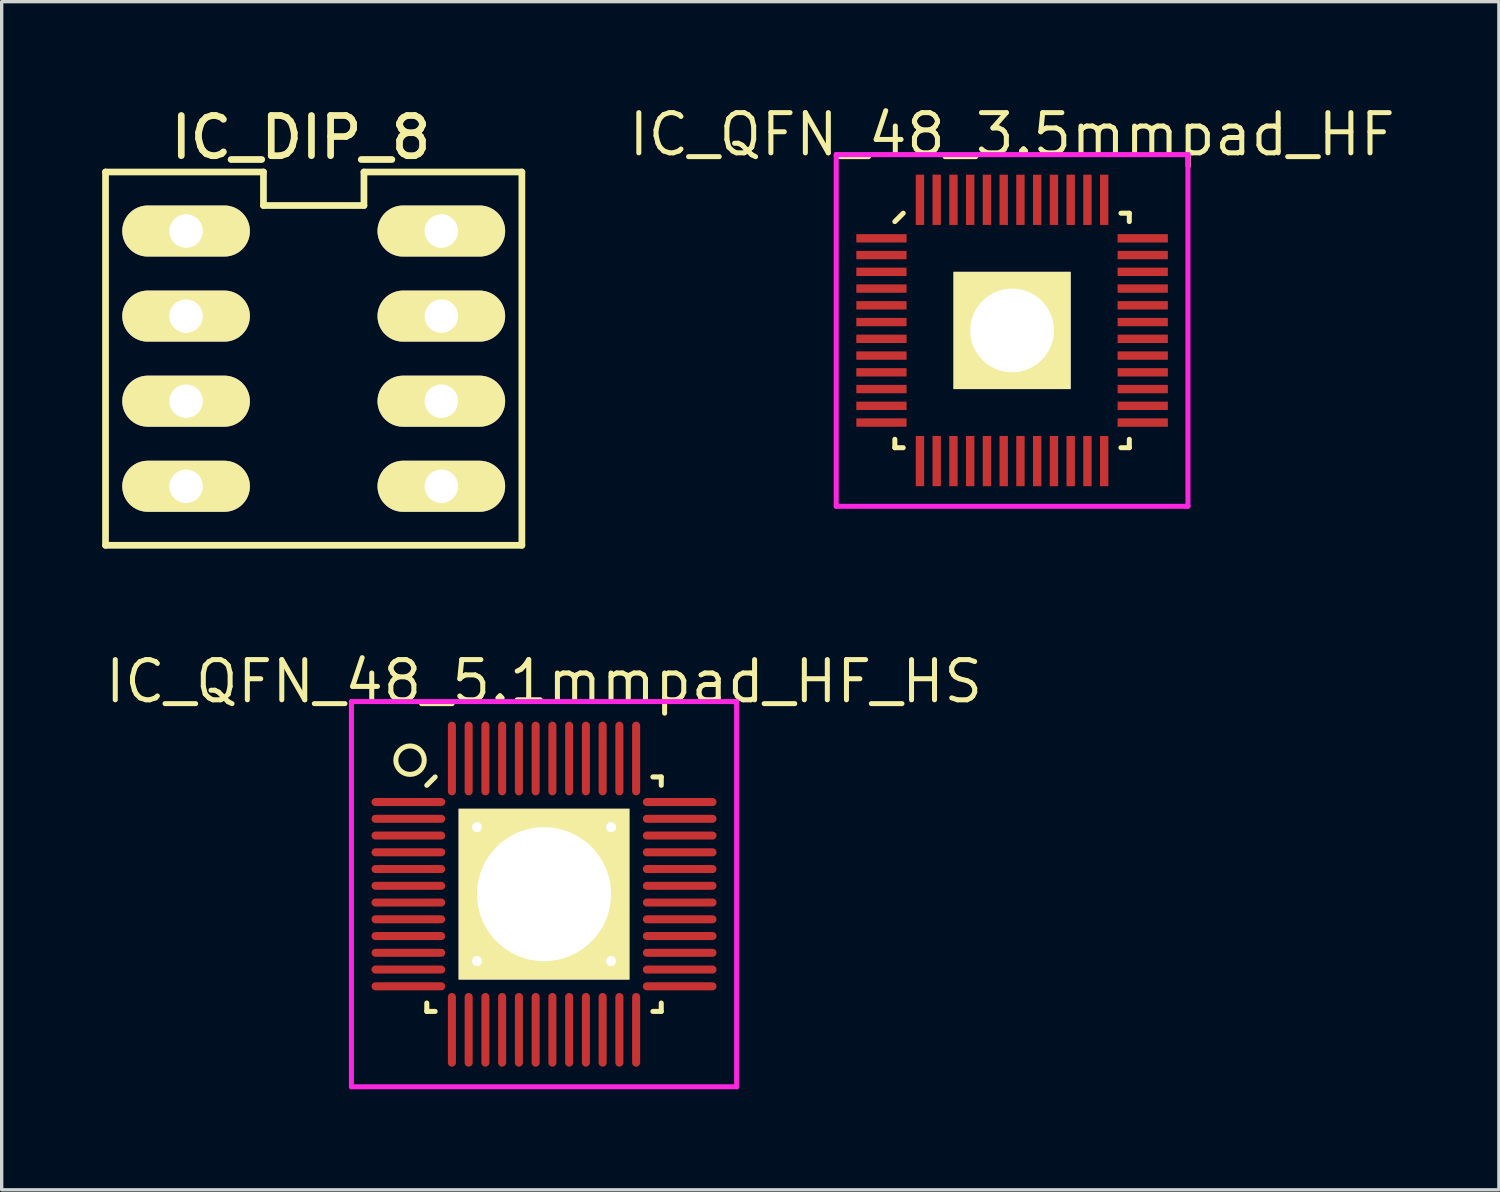
<source format=kicad_pcb>
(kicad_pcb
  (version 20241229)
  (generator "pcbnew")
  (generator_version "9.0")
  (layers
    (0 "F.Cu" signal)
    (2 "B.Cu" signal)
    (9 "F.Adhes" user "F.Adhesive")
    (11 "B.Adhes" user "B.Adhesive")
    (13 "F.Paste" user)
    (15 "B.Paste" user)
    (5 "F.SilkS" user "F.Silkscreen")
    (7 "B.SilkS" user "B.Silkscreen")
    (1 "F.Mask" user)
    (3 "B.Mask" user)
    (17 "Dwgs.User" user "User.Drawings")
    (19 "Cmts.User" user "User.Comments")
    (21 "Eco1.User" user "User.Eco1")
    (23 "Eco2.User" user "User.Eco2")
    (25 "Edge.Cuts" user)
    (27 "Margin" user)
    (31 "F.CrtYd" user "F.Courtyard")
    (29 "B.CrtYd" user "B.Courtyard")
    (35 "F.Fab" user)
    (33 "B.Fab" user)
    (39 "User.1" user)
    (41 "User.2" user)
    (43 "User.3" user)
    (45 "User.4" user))
  (footprint "IC_QFN_48_5.1mmpad_HF_HS"
    (layer "F.Cu")
    (at 13.191 23.644)
    (property "Reference" "IC_QFN_48_5.1mmpad_HF_HS" (at 0 -6.35 0) (layer "F.SilkS") (effects (font (size 1.2 1.2) (thickness 0.15))))
    (attr through_hole)
    (fp_line (start -3.5 -3.25) (end -3.25 -3.5) (stroke (width 0.15) (type solid)) (layer "F.SilkS"))
    (fp_line (start -3.5 3.5) (end -3.5 3.25) (stroke (width 0.15) (type solid)) (layer "F.SilkS"))
    (fp_line (start -3.25 3.5) (end -3.5 3.5) (stroke (width 0.15) (type solid)) (layer "F.SilkS"))
    (fp_line (start 3.25 -3.5) (end 3.5 -3.5) (stroke (width 0.15) (type solid)) (layer "F.SilkS"))
    (fp_line (start 3.25 3.5) (end 3.5 3.5) (stroke (width 0.15) (type solid)) (layer "F.SilkS"))
    (fp_line (start 3.5 -3.5) (end 3.5 -3.25) (stroke (width 0.15) (type solid)) (layer "F.SilkS"))
    (fp_line (start 3.5 3.5) (end 3.5 3.25) (stroke (width 0.15) (type solid)) (layer "F.SilkS"))
    (fp_circle (center -4 -4) (end -3.7 -3.7) (stroke (width 0.15) (type solid)) (fill no) (layer "F.SilkS"))
    (fp_line (start -5.75 -5.75) (end 5.75 -5.75) (stroke (width 0.15) (type solid)) (layer "F.CrtYd"))
    (fp_line (start -5.75 5.75) (end -5.75 -5.75) (stroke (width 0.15) (type solid)) (layer "F.CrtYd"))
    (fp_line (start 5.75 -5.75) (end 5.75 5.75) (stroke (width 0.15) (type solid)) (layer "F.CrtYd"))
    (fp_line (start 5.75 5.75) (end -5.75 5.75) (stroke (width 0.15) (type solid)) (layer "F.CrtYd"))
    (pad "1" smd oval (at -4.05 -2.75 90) (size 0.24 2.2) (layers "F.Cu" "F.Mask" "F.Paste"))
    (pad "2" smd oval (at -4.05 -2.25 90) (size 0.24 2.2) (layers "F.Cu" "F.Mask" "F.Paste"))
    (pad "3" smd oval (at -4.05 -1.75 90) (size 0.24 2.2) (layers "F.Cu" "F.Mask" "F.Paste"))
    (pad "4" smd oval (at -4.05 -1.25 90) (size 0.24 2.2) (layers "F.Cu" "F.Mask" "F.Paste"))
    (pad "5" smd oval (at -4.05 -0.75 90) (size 0.24 2.2) (layers "F.Cu" "F.Mask" "F.Paste"))
    (pad "6" smd oval (at -4.05 -0.25 90) (size 0.24 2.2) (layers "F.Cu" "F.Mask" "F.Paste"))
    (pad "7" smd oval (at -4.05 0.25 90) (size 0.24 2.2) (layers "F.Cu" "F.Mask" "F.Paste"))
    (pad "8" smd oval (at -4.05 0.75 90) (size 0.24 2.2) (layers "F.Cu" "F.Mask" "F.Paste"))
    (pad "9" smd oval (at -4.05 1.25 90) (size 0.24 2.2) (layers "F.Cu" "F.Mask" "F.Paste"))
    (pad "10" smd oval (at -4.05 1.75 90) (size 0.24 2.2) (layers "F.Cu" "F.Mask" "F.Paste"))
    (pad "11" smd oval (at -4.05 2.25 90) (size 0.24 2.2) (layers "F.Cu" "F.Mask" "F.Paste"))
    (pad "12" smd oval (at -4.05 2.75 90) (size 0.24 2.2) (layers "F.Cu" "F.Mask" "F.Paste"))
    (pad "13" smd oval (at -2.75 4.05) (size 0.24 2.2) (layers "F.Cu" "F.Mask" "F.Paste"))
    (pad "14" smd oval (at -2.25 4.05) (size 0.24 2.2) (layers "F.Cu" "F.Mask" "F.Paste"))
    (pad "15" smd oval (at -1.75 4.05) (size 0.24 2.2) (layers "F.Cu" "F.Mask" "F.Paste"))
    (pad "16" smd oval (at -1.25 4.05) (size 0.24 2.2) (layers "F.Cu" "F.Mask" "F.Paste"))
    (pad "17" smd oval (at -0.75 4.05) (size 0.24 2.2) (layers "F.Cu" "F.Mask" "F.Paste"))
    (pad "18" smd oval (at -0.25 4.05) (size 0.24 2.2) (layers "F.Cu" "F.Mask" "F.Paste"))
    (pad "19" smd oval (at 0.25 4.05) (size 0.24 2.2) (layers "F.Cu" "F.Mask" "F.Paste"))
    (pad "20" smd oval (at 0.75 4.05) (size 0.24 2.2) (layers "F.Cu" "F.Mask" "F.Paste"))
    (pad "21" smd oval (at 1.25 4.05) (size 0.24 2.2) (layers "F.Cu" "F.Mask" "F.Paste"))
    (pad "22" smd oval (at 1.75 4.05) (size 0.24 2.2) (layers "F.Cu" "F.Mask" "F.Paste"))
    (pad "23" smd oval (at 2.25 4.05) (size 0.24 2.2) (layers "F.Cu" "F.Mask" "F.Paste"))
    (pad "24" smd oval (at 2.75 4.05) (size 0.24 2.2) (layers "F.Cu" "F.Mask" "F.Paste"))
    (pad "25" smd oval (at 4.05 2.75 90) (size 0.24 2.2) (layers "F.Cu" "F.Mask" "F.Paste"))
    (pad "26" smd oval (at 4.05 2.25 90) (size 0.24 2.2) (layers "F.Cu" "F.Mask" "F.Paste"))
    (pad "27" smd oval (at 4.05 1.75 90) (size 0.24 2.2) (layers "F.Cu" "F.Mask" "F.Paste"))
    (pad "28" smd oval (at 4.05 1.25 90) (size 0.24 2.2) (layers "F.Cu" "F.Mask" "F.Paste"))
    (pad "29" smd oval (at 4.05 0.75 90) (size 0.24 2.2) (layers "F.Cu" "F.Mask" "F.Paste"))
    (pad "30" smd oval (at 4.05 0.25 90) (size 0.24 2.2) (layers "F.Cu" "F.Mask" "F.Paste"))
    (pad "31" smd oval (at 4.05 -0.25 90) (size 0.24 2.2) (layers "F.Cu" "F.Mask" "F.Paste"))
    (pad "32" smd oval (at 4.05 -0.75 90) (size 0.24 2.2) (layers "F.Cu" "F.Mask" "F.Paste"))
    (pad "33" smd oval (at 4.05 -1.25 90) (size 0.24 2.2) (layers "F.Cu" "F.Mask" "F.Paste"))
    (pad "34" smd oval (at 4.05 -1.75 90) (size 0.24 2.2) (layers "F.Cu" "F.Mask" "F.Paste"))
    (pad "35" smd oval (at 4.05 -2.25 90) (size 0.24 2.2) (layers "F.Cu" "F.Mask" "F.Paste"))
    (pad "36" smd oval (at 4.05 -2.75 90) (size 0.24 2.2) (layers "F.Cu" "F.Mask" "F.Paste"))
    (pad "37" smd oval (at 2.75 -4.05) (size 0.24 2.2) (layers "F.Cu" "F.Mask" "F.Paste"))
    (pad "38" smd oval (at 2.25 -4.05) (size 0.24 2.2) (layers "F.Cu" "F.Mask" "F.Paste"))
    (pad "39" smd oval (at 1.75 -4.05) (size 0.24 2.2) (layers "F.Cu" "F.Mask" "F.Paste"))
    (pad "40" smd oval (at 1.25 -4.05) (size 0.24 2.2) (layers "F.Cu" "F.Mask" "F.Paste"))
    (pad "41" smd oval (at 0.75 -4.05) (size 0.24 2.2) (layers "F.Cu" "F.Mask" "F.Paste"))
    (pad "42" smd oval (at 0.25 -4.05) (size 0.24 2.2) (layers "F.Cu" "F.Mask" "F.Paste"))
    (pad "43" smd oval (at -0.25 -4.05) (size 0.24 2.2) (layers "F.Cu" "F.Mask" "F.Paste"))
    (pad "44" smd oval (at -0.75 -4.05) (size 0.24 2.2) (layers "F.Cu" "F.Mask" "F.Paste"))
    (pad "45" smd oval (at -1.25 -4.05) (size 0.24 2.2) (layers "F.Cu" "F.Mask" "F.Paste"))
    (pad "46" smd oval (at -1.75 -4.05) (size 0.24 2.2) (layers "F.Cu" "F.Mask" "F.Paste"))
    (pad "47" smd oval (at -2.25 -4.05) (size 0.24 2.2) (layers "F.Cu" "F.Mask" "F.Paste"))
    (pad "48" smd oval (at -2.75 -4.05) (size 0.24 2.2) (layers "F.Cu" "F.Mask" "F.Paste"))
    (pad "EP" thru_hole circle (at -2 -2) (size 0.6 0.6) (drill 0.3) (layers "*.Cu" "*.Mask"))
    (pad "EP" thru_hole circle (at -2 2) (size 0.6 0.6) (drill 0.3) (layers "*.Cu" "*.Mask"))
    (pad "EP" thru_hole rect (at 0 0) (size 5.1 5.1) (drill 4) (layers "*.Cu" "*.Mask" "F.SilkS"))
    (pad "EP" thru_hole circle (at 2 -2) (size 0.6 0.6) (drill 0.3) (layers "*.Cu" "*.Mask"))
    (pad "EP" thru_hole circle (at 2 2) (size 0.6 0.6) (drill 0.3) (layers "*.Cu" "*.Mask")))
  (footprint "IC_DIP_8"
    (layer "F.Cu")
    (at 6.315 7.657)
    (property "Reference" "IC_DIP_8" (at -0.381 -6.604 0) (layer "F.SilkS") (effects (font (size 1.2 1.2) (thickness 0.2))))
    (attr through_hole)
    (fp_line (start -6.215 -5.572) (end -6.215 5.572) (stroke (width 0.2) (type solid)) (layer "F.SilkS"))
    (fp_line (start -6.215 5.572) (end 6.215 5.572) (stroke (width 0.2) (type solid)) (layer "F.SilkS"))
    (fp_line (start -1.5 -5.572) (end -6.215 -5.572) (stroke (width 0.2) (type solid)) (layer "F.SilkS"))
    (fp_line (start -1.5 -4.572) (end -1.5 -5.572) (stroke (width 0.2) (type solid)) (layer "F.SilkS"))
    (fp_line (start 1.5 -5.572) (end 1.5 -4.572) (stroke (width 0.2) (type solid)) (layer "F.SilkS"))
    (fp_line (start 1.5 -4.572) (end -1.5 -4.572) (stroke (width 0.2) (type solid)) (layer "F.SilkS"))
    (fp_line (start 6.215 -5.572) (end 1.5 -5.572) (stroke (width 0.2) (type solid)) (layer "F.SilkS"))
    (fp_line (start 6.215 5.572) (end 6.215 -5.572) (stroke (width 0.2) (type solid)) (layer "F.SilkS"))
    (pad "1" thru_hole oval (at -3.81 -3.81) (size 3.81 1.524) (drill 1) (layers "*.Cu" "*.Mask" "F.SilkS"))
    (pad "2" thru_hole oval (at -3.81 -1.27) (size 3.81 1.524) (drill 1) (layers "*.Cu" "*.Mask" "F.SilkS"))
    (pad "3" thru_hole oval (at -3.81 1.27) (size 3.81 1.524) (drill 1) (layers "*.Cu" "*.Mask" "F.SilkS"))
    (pad "4" thru_hole oval (at -3.81 3.81) (size 3.81 1.524) (drill 1) (layers "*.Cu" "*.Mask" "F.SilkS"))
    (pad "5" thru_hole oval (at 3.81 3.81) (size 3.81 1.524) (drill 1) (layers "*.Cu" "*.Mask" "F.SilkS"))
    (pad "6" thru_hole oval (at 3.81 1.27) (size 3.81 1.524) (drill 1) (layers "*.Cu" "*.Mask" "F.SilkS"))
    (pad "7" thru_hole oval (at 3.81 -1.27) (size 3.81 1.524) (drill 1) (layers "*.Cu" "*.Mask" "F.SilkS"))
    (pad "8" thru_hole oval (at 3.81 -3.81) (size 3.81 1.524) (drill 1) (layers "*.Cu" "*.Mask" "F.SilkS")))
  (footprint "IC_QFN_48_3.5mmpad_HF"
    (layer "F.Cu")
    (at 27.164 6.815)
    (property "Reference" "IC_QFN_48_3.5mmpad_HF" (at 0 -5.85 0) (layer "F.SilkS") (effects (font (size 1.2 1.2) (thickness 0.15))))
    (attr through_hole)
    (fp_line (start -3.5 -3.25) (end -3.25 -3.5) (stroke (width 0.15) (type solid)) (layer "F.SilkS"))
    (fp_line (start -3.5 3.5) (end -3.5 3.25) (stroke (width 0.15) (type solid)) (layer "F.SilkS"))
    (fp_line (start -3.25 3.5) (end -3.5 3.5) (stroke (width 0.15) (type solid)) (layer "F.SilkS"))
    (fp_line (start 3.25 -3.5) (end 3.5 -3.5) (stroke (width 0.15) (type solid)) (layer "F.SilkS"))
    (fp_line (start 3.25 3.5) (end 3.5 3.5) (stroke (width 0.15) (type solid)) (layer "F.SilkS"))
    (fp_line (start 3.5 -3.5) (end 3.5 -3.25) (stroke (width 0.15) (type solid)) (layer "F.SilkS"))
    (fp_line (start 3.5 3.5) (end 3.5 3.25) (stroke (width 0.15) (type solid)) (layer "F.SilkS"))
    (fp_line (start -5.25 -5.25) (end 5.25 -5.25) (stroke (width 0.15) (type solid)) (layer "F.CrtYd"))
    (fp_line (start -5.25 5.25) (end -5.25 -5.25) (stroke (width 0.15) (type solid)) (layer "F.CrtYd"))
    (fp_line (start 5.25 -5.25) (end 5.25 5.25) (stroke (width 0.15) (type solid)) (layer "F.CrtYd"))
    (fp_line (start 5.25 5.25) (end -5.25 5.25) (stroke (width 0.15) (type solid)) (layer "F.CrtYd"))
    (pad "1" smd rect (at -3.9 -2.75 90) (size 0.25 1.5) (layers "F.Cu" "F.Mask" "F.Paste"))
    (pad "2" smd rect (at -3.9 -2.25 90) (size 0.25 1.5) (layers "F.Cu" "F.Mask" "F.Paste"))
    (pad "3" smd rect (at -3.9 -1.75 90) (size 0.25 1.5) (layers "F.Cu" "F.Mask" "F.Paste"))
    (pad "4" smd rect (at -3.9 -1.25 90) (size 0.25 1.5) (layers "F.Cu" "F.Mask" "F.Paste"))
    (pad "5" smd rect (at -3.9 -0.75 90) (size 0.25 1.5) (layers "F.Cu" "F.Mask" "F.Paste"))
    (pad "6" smd rect (at -3.9 -0.25 90) (size 0.25 1.5) (layers "F.Cu" "F.Mask" "F.Paste"))
    (pad "7" smd rect (at -3.9 0.25 90) (size 0.25 1.5) (layers "F.Cu" "F.Mask" "F.Paste"))
    (pad "8" smd rect (at -3.9 0.75 90) (size 0.25 1.5) (layers "F.Cu" "F.Mask" "F.Paste"))
    (pad "9" smd rect (at -3.9 1.25 90) (size 0.25 1.5) (layers "F.Cu" "F.Mask" "F.Paste"))
    (pad "10" smd rect (at -3.9 1.75 90) (size 0.25 1.5) (layers "F.Cu" "F.Mask" "F.Paste"))
    (pad "11" smd rect (at -3.9 2.25 90) (size 0.25 1.5) (layers "F.Cu" "F.Mask" "F.Paste"))
    (pad "12" smd rect (at -3.9 2.75 90) (size 0.25 1.5) (layers "F.Cu" "F.Mask" "F.Paste"))
    (pad "13" smd rect (at -2.75 3.9) (size 0.25 1.5) (layers "F.Cu" "F.Mask" "F.Paste"))
    (pad "14" smd rect (at -2.25 3.9) (size 0.25 1.5) (layers "F.Cu" "F.Mask" "F.Paste"))
    (pad "15" smd rect (at -1.75 3.9) (size 0.25 1.5) (layers "F.Cu" "F.Mask" "F.Paste"))
    (pad "16" smd rect (at -1.25 3.9) (size 0.25 1.5) (layers "F.Cu" "F.Mask" "F.Paste"))
    (pad "17" smd rect (at -0.75 3.9) (size 0.25 1.5) (layers "F.Cu" "F.Mask" "F.Paste"))
    (pad "18" smd rect (at -0.25 3.9) (size 0.25 1.5) (layers "F.Cu" "F.Mask" "F.Paste"))
    (pad "19" smd rect (at 0.25 3.9) (size 0.25 1.5) (layers "F.Cu" "F.Mask" "F.Paste"))
    (pad "20" smd rect (at 0.75 3.9) (size 0.25 1.5) (layers "F.Cu" "F.Mask" "F.Paste"))
    (pad "21" smd rect (at 1.25 3.9) (size 0.25 1.5) (layers "F.Cu" "F.Mask" "F.Paste"))
    (pad "22" smd rect (at 1.75 3.9) (size 0.25 1.5) (layers "F.Cu" "F.Mask" "F.Paste"))
    (pad "23" smd rect (at 2.25 3.9) (size 0.25 1.5) (layers "F.Cu" "F.Mask" "F.Paste"))
    (pad "24" smd rect (at 2.75 3.9) (size 0.25 1.5) (layers "F.Cu" "F.Mask" "F.Paste"))
    (pad "25" smd rect (at 3.9 2.75 90) (size 0.25 1.5) (layers "F.Cu" "F.Mask" "F.Paste"))
    (pad "26" smd rect (at 3.9 2.25 90) (size 0.25 1.5) (layers "F.Cu" "F.Mask" "F.Paste"))
    (pad "27" smd rect (at 3.9 1.75 90) (size 0.25 1.5) (layers "F.Cu" "F.Mask" "F.Paste"))
    (pad "28" smd rect (at 3.9 1.25 90) (size 0.25 1.5) (layers "F.Cu" "F.Mask" "F.Paste"))
    (pad "29" smd rect (at 3.9 0.75 90) (size 0.25 1.5) (layers "F.Cu" "F.Mask" "F.Paste"))
    (pad "30" smd rect (at 3.9 0.25 90) (size 0.25 1.5) (layers "F.Cu" "F.Mask" "F.Paste"))
    (pad "31" smd rect (at 3.9 -0.25 90) (size 0.25 1.5) (layers "F.Cu" "F.Mask" "F.Paste"))
    (pad "32" smd rect (at 3.9 -0.75 90) (size 0.25 1.5) (layers "F.Cu" "F.Mask" "F.Paste"))
    (pad "33" smd rect (at 3.9 -1.25 90) (size 0.25 1.5) (layers "F.Cu" "F.Mask" "F.Paste"))
    (pad "34" smd rect (at 3.9 -1.75 90) (size 0.25 1.5) (layers "F.Cu" "F.Mask" "F.Paste"))
    (pad "35" smd rect (at 3.9 -2.25 90) (size 0.25 1.5) (layers "F.Cu" "F.Mask" "F.Paste"))
    (pad "36" smd rect (at 3.9 -2.75 90) (size 0.25 1.5) (layers "F.Cu" "F.Mask" "F.Paste"))
    (pad "37" smd rect (at 2.75 -3.9) (size 0.25 1.5) (layers "F.Cu" "F.Mask" "F.Paste"))
    (pad "38" smd rect (at 2.25 -3.9) (size 0.25 1.5) (layers "F.Cu" "F.Mask" "F.Paste"))
    (pad "39" smd rect (at 1.75 -3.9) (size 0.25 1.5) (layers "F.Cu" "F.Mask" "F.Paste"))
    (pad "40" smd rect (at 1.25 -3.9) (size 0.25 1.5) (layers "F.Cu" "F.Mask" "F.Paste"))
    (pad "41" smd rect (at 0.75 -3.9) (size 0.25 1.5) (layers "F.Cu" "F.Mask" "F.Paste"))
    (pad "42" smd rect (at 0.25 -3.9) (size 0.25 1.5) (layers "F.Cu" "F.Mask" "F.Paste"))
    (pad "43" smd rect (at -0.25 -3.9) (size 0.25 1.5) (layers "F.Cu" "F.Mask" "F.Paste"))
    (pad "44" smd rect (at -0.75 -3.9) (size 0.25 1.5) (layers "F.Cu" "F.Mask" "F.Paste"))
    (pad "45" smd rect (at -1.25 -3.9) (size 0.25 1.5) (layers "F.Cu" "F.Mask" "F.Paste"))
    (pad "46" smd rect (at -1.75 -3.9) (size 0.25 1.5) (layers "F.Cu" "F.Mask" "F.Paste"))
    (pad "47" smd rect (at -2.25 -3.9) (size 0.25 1.5) (layers "F.Cu" "F.Mask" "F.Paste"))
    (pad "48" smd rect (at -2.75 -3.9) (size 0.25 1.5) (layers "F.Cu" "F.Mask" "F.Paste"))
    (pad "EP" thru_hole rect (at 0 0) (size 3.5 3.5) (drill 2.5) (layers "*.Cu" "*.Mask" "F.SilkS")))
  (gr_rect
    (start -3 -3)
    (end 41.697 32.469)
    (stroke (width 0.1) (type default))
    (fill no)
    (layer "Edge.Cuts")))
</source>
